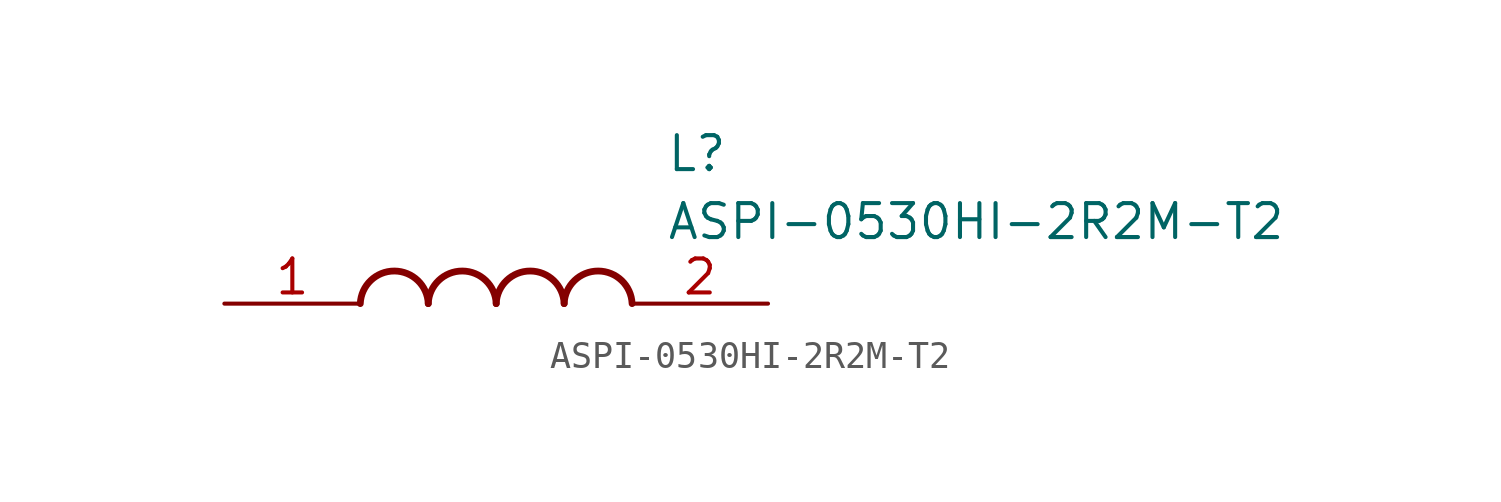
<source format=kicad_sym>
(kicad_symbol_lib
  (version 20211014)
  (generator SamacSys_ECAD_Model)
  (symbol "ASPI-0530HI-2R2M-T2"
    (pin_names hide)
    (property "Reference" "L"
      (at 16.51 6.35 0)
      (effects (font (size 1.27 1.27)) (justify left top)))
    (property "Value" "ASPI-0530HI-2R2M-T2"
      (at 16.51 3.81 0)
      (effects (font (size 1.27 1.27)) (justify left top)))
    (arc
      (start 7.62 0)
      (mid 6.35 1.219)
      (end 5.08 0)
      (stroke (width 0.254) (type default))
      (fill (type none)))
    (arc
      (start 10.16 0)
      (mid 8.89 1.219)
      (end 7.62 0)
      (stroke (width 0.254) (type default))
      (fill (type none)))
    (arc
      (start 12.7 0)
      (mid 11.43 1.219)
      (end 10.16 0)
      (stroke (width 0.254) (type default))
      (fill (type none)))
    (arc
      (start 15.24 0)
      (mid 13.97 1.219)
      (end 12.7 0)
      (stroke (width 0.254) (type default))
      (fill (type none)))
    (pin passive line
      (at 0 0 0)
      (length 5.08)
      (name "1" (effects (font (size 1.27 1.27))))
      (number "1" (effects (font (size 1.27 1.27)))))
    (pin passive line
      (at 20.32 0 180)
      (length 5.08)
      (name "2" (effects (font (size 1.27 1.27))))
      (number "2" (effects (font (size 1.27 1.27)))))))
</source>
